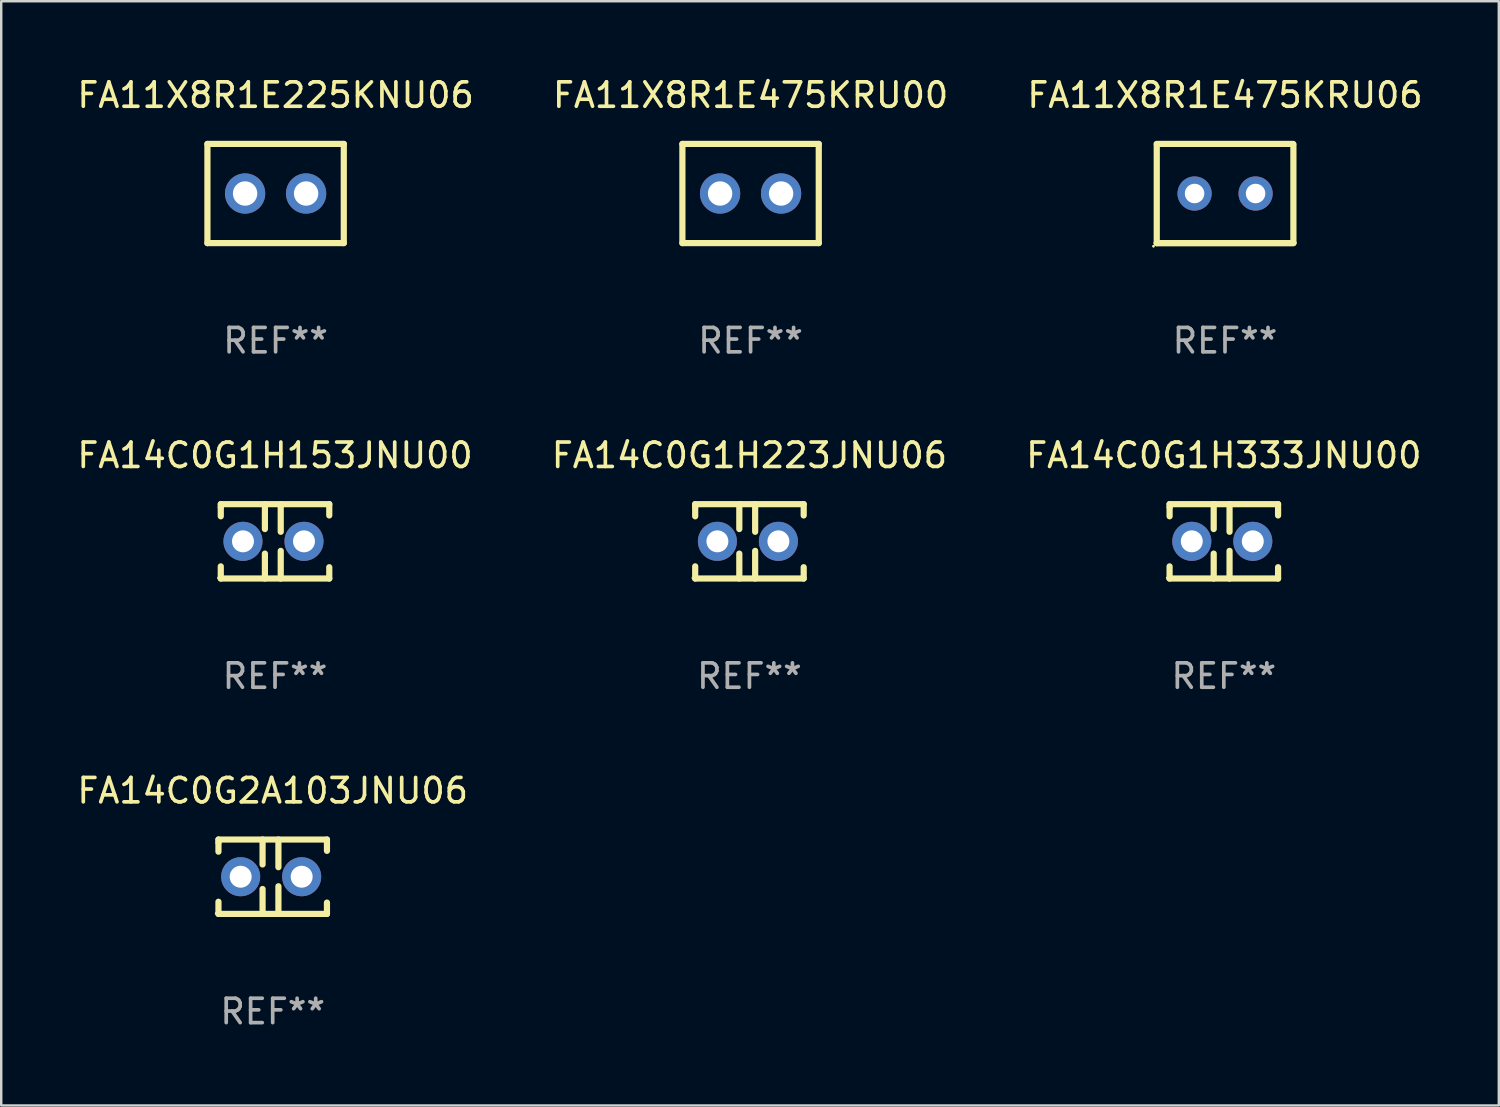
<source format=kicad_pcb>
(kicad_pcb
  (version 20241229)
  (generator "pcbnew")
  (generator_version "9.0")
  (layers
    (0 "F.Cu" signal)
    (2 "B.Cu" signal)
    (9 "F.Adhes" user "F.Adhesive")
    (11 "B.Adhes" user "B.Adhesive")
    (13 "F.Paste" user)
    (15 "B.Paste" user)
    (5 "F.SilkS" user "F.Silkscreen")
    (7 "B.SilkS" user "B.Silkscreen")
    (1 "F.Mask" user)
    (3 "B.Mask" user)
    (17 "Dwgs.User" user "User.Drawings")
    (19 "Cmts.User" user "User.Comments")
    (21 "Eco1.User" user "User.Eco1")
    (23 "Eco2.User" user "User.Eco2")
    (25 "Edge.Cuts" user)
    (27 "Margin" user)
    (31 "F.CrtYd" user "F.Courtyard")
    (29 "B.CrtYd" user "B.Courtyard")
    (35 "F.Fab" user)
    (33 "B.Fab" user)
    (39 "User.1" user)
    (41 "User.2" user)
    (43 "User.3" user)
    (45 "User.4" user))
  (footprint "FA14C0G1H333JNU00"
    (layer "F.Cu")
    (at 47.101 19.133)
    (property "Reference" "FA14C0G1H333JNU00" (at 0 -3.524 0) (layer "F.SilkS") (effects (font (size 1 1) (thickness 0.15))))
    (attr through_hole)
    (fp_line (start -2.223 -1.524) (end 2.223 -1.524) (stroke (width 0.254) (type solid)) (layer "F.SilkS"))
    (fp_line (start -2.223 -1.397) (end -2.223 -1.524) (stroke (width 0.254) (type solid)) (layer "F.SilkS"))
    (fp_line (start -2.223 -1.026) (end -2.223 -1.397) (stroke (width 0.254) (type solid)) (layer "F.SilkS"))
    (fp_line (start -2.223 1.524) (end -2.223 1.026) (stroke (width 0.254) (type solid)) (layer "F.SilkS"))
    (fp_line (start -0.415 -1.524) (end -0.415 -0.503) (stroke (width 0.254) (type solid)) (layer "F.SilkS"))
    (fp_line (start -0.415 0.503) (end -0.415 1.524) (stroke (width 0.254) (type solid)) (layer "F.SilkS"))
    (fp_line (start 0.234 -1.524) (end 0.234 -0.391) (stroke (width 0.254) (type solid)) (layer "F.SilkS"))
    (fp_line (start 0.234 0.391) (end 0.234 1.524) (stroke (width 0.254) (type solid)) (layer "F.SilkS"))
    (fp_line (start 2.223 -1.524) (end 2.223 -1.06) (stroke (width 0.254) (type solid)) (layer "F.SilkS"))
    (fp_line (start 2.223 1.06) (end 2.223 1.524) (stroke (width 0.254) (type solid)) (layer "F.SilkS"))
    (fp_line (start 2.223 1.524) (end -2.223 1.524) (stroke (width 0.254) (type solid)) (layer "F.SilkS"))
    (fp_circle (center -2.314 1.5) (end -2.284 1.5) (stroke (width 0.06) (type solid)) (fill no) (layer "F.SilkS"))
    (fp_text user "REF**" (at 0 5.524 0) (layer "F.Fab") (effects (font (size 1 1) (thickness 0.15))))
    (pad "1" thru_hole circle (at -1.313 0) (size 1.6 1.6) (drill 0.9) (layers "*.Cu" "*.Mask"))
    (pad "2" thru_hole circle (at 1.187 0) (size 1.6 1.6) (drill 0.9) (layers "*.Cu" "*.Mask")))
  (footprint "FA11X8R1E475KRU00"
    (layer "F.Cu")
    (at 27.708 4.88)
    (property "Reference" "FA11X8R1E475KRU00" (at 0 -4.032 0) (layer "F.SilkS") (effects (font (size 1 1) (thickness 0.15))))
    (attr through_hole)
    (fp_line (start -2.794 -2.032) (end -2.794 2.032) (stroke (width 0.254) (type solid)) (layer "F.SilkS"))
    (fp_line (start -2.794 2.032) (end 2.794 2.032) (stroke (width 0.254) (type solid)) (layer "F.SilkS"))
    (fp_line (start 2.794 -2.032) (end -2.794 -2.032) (stroke (width 0.254) (type solid)) (layer "F.SilkS"))
    (fp_line (start 2.794 2.032) (end 2.794 -2.032) (stroke (width 0.254) (type solid)) (layer "F.SilkS"))
    (fp_circle (center -2.75 2) (end -2.72 2) (stroke (width 0.06) (type solid)) (fill no) (layer "F.SilkS"))
    (fp_text user "REF**" (at 0 6.032 0) (layer "F.Fab") (effects (font (size 1 1) (thickness 0.15))))
    (pad "1" thru_hole circle (at -1.25 0) (size 1.65 1.65) (drill 1) (layers "*.Cu" "*.Mask"))
    (pad "2" thru_hole circle (at 1.25 0) (size 1.65 1.65) (drill 1) (layers "*.Cu" "*.Mask")))
  (footprint "FA14C0G2A103JNU06"
    (layer "F.Cu")
    (at 8.125 32.877)
    (property "Reference" "FA14C0G2A103JNU06" (at 0 -3.524 0) (layer "F.SilkS") (effects (font (size 1 1) (thickness 0.15))))
    (attr through_hole)
    (fp_line (start -2.223 -1.524) (end 2.223 -1.524) (stroke (width 0.254) (type solid)) (layer "F.SilkS"))
    (fp_line (start -2.223 -1.397) (end -2.223 -1.524) (stroke (width 0.254) (type solid)) (layer "F.SilkS"))
    (fp_line (start -2.223 -1.026) (end -2.223 -1.397) (stroke (width 0.254) (type solid)) (layer "F.SilkS"))
    (fp_line (start -2.223 1.524) (end -2.223 1.026) (stroke (width 0.254) (type solid)) (layer "F.SilkS"))
    (fp_line (start -0.415 -1.524) (end -0.415 -0.503) (stroke (width 0.254) (type solid)) (layer "F.SilkS"))
    (fp_line (start -0.415 0.503) (end -0.415 1.524) (stroke (width 0.254) (type solid)) (layer "F.SilkS"))
    (fp_line (start 0.234 -1.524) (end 0.234 -0.391) (stroke (width 0.254) (type solid)) (layer "F.SilkS"))
    (fp_line (start 0.234 0.391) (end 0.234 1.524) (stroke (width 0.254) (type solid)) (layer "F.SilkS"))
    (fp_line (start 2.223 -1.524) (end 2.223 -1.06) (stroke (width 0.254) (type solid)) (layer "F.SilkS"))
    (fp_line (start 2.223 1.06) (end 2.223 1.524) (stroke (width 0.254) (type solid)) (layer "F.SilkS"))
    (fp_line (start 2.223 1.524) (end -2.223 1.524) (stroke (width 0.254) (type solid)) (layer "F.SilkS"))
    (fp_circle (center -2.314 1.5) (end -2.284 1.5) (stroke (width 0.06) (type solid)) (fill no) (layer "F.SilkS"))
    (fp_text user "REF**" (at 0 5.524 0) (layer "F.Fab") (effects (font (size 1 1) (thickness 0.15))))
    (pad "1" thru_hole circle (at -1.313 0) (size 1.6 1.6) (drill 0.9) (layers "*.Cu" "*.Mask"))
    (pad "2" thru_hole circle (at 1.187 0) (size 1.6 1.6) (drill 0.9) (layers "*.Cu" "*.Mask")))
  (footprint "FA11X8R1E475KRU06"
    (layer "F.Cu")
    (at 47.149 4.88)
    (property "Reference" "FA11X8R1E475KRU06" (at 0 -4.032 0) (layer "F.SilkS") (effects (font (size 1 1) (thickness 0.15))))
    (attr through_hole)
    (fp_line (start -2.803 -2.032) (end 2.797 -2.032) (stroke (width 0.254) (type solid)) (layer "F.SilkS"))
    (fp_line (start -2.797 2.032) (end -2.797 -1.968) (stroke (width 0.254) (type solid)) (layer "F.SilkS"))
    (fp_line (start 2.803 -2) (end 2.803 2) (stroke (width 0.254) (type solid)) (layer "F.SilkS"))
    (fp_line (start 2.803 2.032) (end -2.797 2.032) (stroke (width 0.254) (type solid)) (layer "F.SilkS"))
    (fp_line (start 2.803 2.032) (end -2.797 2.032) (stroke (width 0.254) (type solid)) (layer "F.SilkS"))
    (fp_circle (center -2.93 2.159) (end -2.9 2.159) (stroke (width 0.06) (type solid)) (fill no) (layer "F.SilkS"))
    (fp_text user "REF**" (at 0 6.032 0) (layer "F.Fab") (effects (font (size 1 1) (thickness 0.15))))
    (pad "1" thru_hole circle (at -1.247 0) (size 1.4 1.4) (drill 0.8) (layers "*.Cu" "*.Mask"))
    (pad "2" thru_hole circle (at 1.253 0) (size 1.4 1.4) (drill 0.8) (layers "*.Cu" "*.Mask")))
  (footprint "FA11X8R1E225KNU06"
    (layer "F.Cu")
    (at 8.244 4.88)
    (property "Reference" "FA11X8R1E225KNU06" (at 0 -4.032 0) (layer "F.SilkS") (effects (font (size 1 1) (thickness 0.15))))
    (attr through_hole)
    (fp_line (start -2.794 -2.032) (end -2.794 2.032) (stroke (width 0.254) (type solid)) (layer "F.SilkS"))
    (fp_line (start -2.794 2.032) (end 2.794 2.032) (stroke (width 0.254) (type solid)) (layer "F.SilkS"))
    (fp_line (start 2.794 -2.032) (end -2.794 -2.032) (stroke (width 0.254) (type solid)) (layer "F.SilkS"))
    (fp_line (start 2.794 2.032) (end 2.794 -2.032) (stroke (width 0.254) (type solid)) (layer "F.SilkS"))
    (fp_circle (center -2.75 2) (end -2.72 2) (stroke (width 0.06) (type solid)) (fill no) (layer "F.SilkS"))
    (fp_text user "REF**" (at 0 6.032 0) (layer "F.Fab") (effects (font (size 1 1) (thickness 0.15))))
    (pad "1" thru_hole circle (at -1.25 0) (size 1.65 1.65) (drill 1) (layers "*.Cu" "*.Mask"))
    (pad "2" thru_hole circle (at 1.25 0) (size 1.65 1.65) (drill 1) (layers "*.Cu" "*.Mask")))
  (footprint "FA14C0G1H223JNU06"
    (layer "F.Cu")
    (at 27.661 19.133)
    (property "Reference" "FA14C0G1H223JNU06" (at 0 -3.524 0) (layer "F.SilkS") (effects (font (size 1 1) (thickness 0.15))))
    (attr through_hole)
    (fp_line (start -2.223 -1.524) (end 2.223 -1.524) (stroke (width 0.254) (type solid)) (layer "F.SilkS"))
    (fp_line (start -2.223 -1.397) (end -2.223 -1.524) (stroke (width 0.254) (type solid)) (layer "F.SilkS"))
    (fp_line (start -2.223 -1.026) (end -2.223 -1.397) (stroke (width 0.254) (type solid)) (layer "F.SilkS"))
    (fp_line (start -2.223 1.524) (end -2.223 1.026) (stroke (width 0.254) (type solid)) (layer "F.SilkS"))
    (fp_line (start -0.415 -1.524) (end -0.415 -0.503) (stroke (width 0.254) (type solid)) (layer "F.SilkS"))
    (fp_line (start -0.415 0.503) (end -0.415 1.524) (stroke (width 0.254) (type solid)) (layer "F.SilkS"))
    (fp_line (start 0.234 -1.524) (end 0.234 -0.391) (stroke (width 0.254) (type solid)) (layer "F.SilkS"))
    (fp_line (start 0.234 0.391) (end 0.234 1.524) (stroke (width 0.254) (type solid)) (layer "F.SilkS"))
    (fp_line (start 2.223 -1.524) (end 2.223 -1.06) (stroke (width 0.254) (type solid)) (layer "F.SilkS"))
    (fp_line (start 2.223 1.06) (end 2.223 1.524) (stroke (width 0.254) (type solid)) (layer "F.SilkS"))
    (fp_line (start 2.223 1.524) (end -2.223 1.524) (stroke (width 0.254) (type solid)) (layer "F.SilkS"))
    (fp_circle (center -2.314 1.5) (end -2.284 1.5) (stroke (width 0.06) (type solid)) (fill no) (layer "F.SilkS"))
    (fp_text user "REF**" (at 0 5.524 0) (layer "F.Fab") (effects (font (size 1 1) (thickness 0.15))))
    (pad "1" thru_hole circle (at -1.313 0) (size 1.6 1.6) (drill 0.9) (layers "*.Cu" "*.Mask"))
    (pad "2" thru_hole circle (at 1.187 0) (size 1.6 1.6) (drill 0.9) (layers "*.Cu" "*.Mask")))
  (footprint "FA14C0G1H153JNU00"
    (layer "F.Cu")
    (at 8.22 19.133)
    (property "Reference" "FA14C0G1H153JNU00" (at 0 -3.524 0) (layer "F.SilkS") (effects (font (size 1 1) (thickness 0.15))))
    (attr through_hole)
    (fp_line (start -2.223 -1.524) (end 2.223 -1.524) (stroke (width 0.254) (type solid)) (layer "F.SilkS"))
    (fp_line (start -2.223 -1.397) (end -2.223 -1.524) (stroke (width 0.254) (type solid)) (layer "F.SilkS"))
    (fp_line (start -2.223 -1.026) (end -2.223 -1.397) (stroke (width 0.254) (type solid)) (layer "F.SilkS"))
    (fp_line (start -2.223 1.524) (end -2.223 1.026) (stroke (width 0.254) (type solid)) (layer "F.SilkS"))
    (fp_line (start -0.415 -1.524) (end -0.415 -0.503) (stroke (width 0.254) (type solid)) (layer "F.SilkS"))
    (fp_line (start -0.415 0.503) (end -0.415 1.524) (stroke (width 0.254) (type solid)) (layer "F.SilkS"))
    (fp_line (start 0.234 -1.524) (end 0.234 -0.391) (stroke (width 0.254) (type solid)) (layer "F.SilkS"))
    (fp_line (start 0.234 0.391) (end 0.234 1.524) (stroke (width 0.254) (type solid)) (layer "F.SilkS"))
    (fp_line (start 2.223 -1.524) (end 2.223 -1.06) (stroke (width 0.254) (type solid)) (layer "F.SilkS"))
    (fp_line (start 2.223 1.06) (end 2.223 1.524) (stroke (width 0.254) (type solid)) (layer "F.SilkS"))
    (fp_line (start 2.223 1.524) (end -2.223 1.524) (stroke (width 0.254) (type solid)) (layer "F.SilkS"))
    (fp_circle (center -2.314 1.5) (end -2.284 1.5) (stroke (width 0.06) (type solid)) (fill no) (layer "F.SilkS"))
    (fp_text user "REF**" (at 0 5.524 0) (layer "F.Fab") (effects (font (size 1 1) (thickness 0.15))))
    (pad "1" thru_hole circle (at -1.313 0) (size 1.6 1.6) (drill 0.9) (layers "*.Cu" "*.Mask"))
    (pad "2" thru_hole circle (at 1.187 0) (size 1.6 1.6) (drill 0.9) (layers "*.Cu" "*.Mask")))
  (gr_rect
    (start -3 -3)
    (end 58.369 42.25)
    (stroke (width 0.1) (type default))
    (fill no)
    (layer "Edge.Cuts")))
</source>
